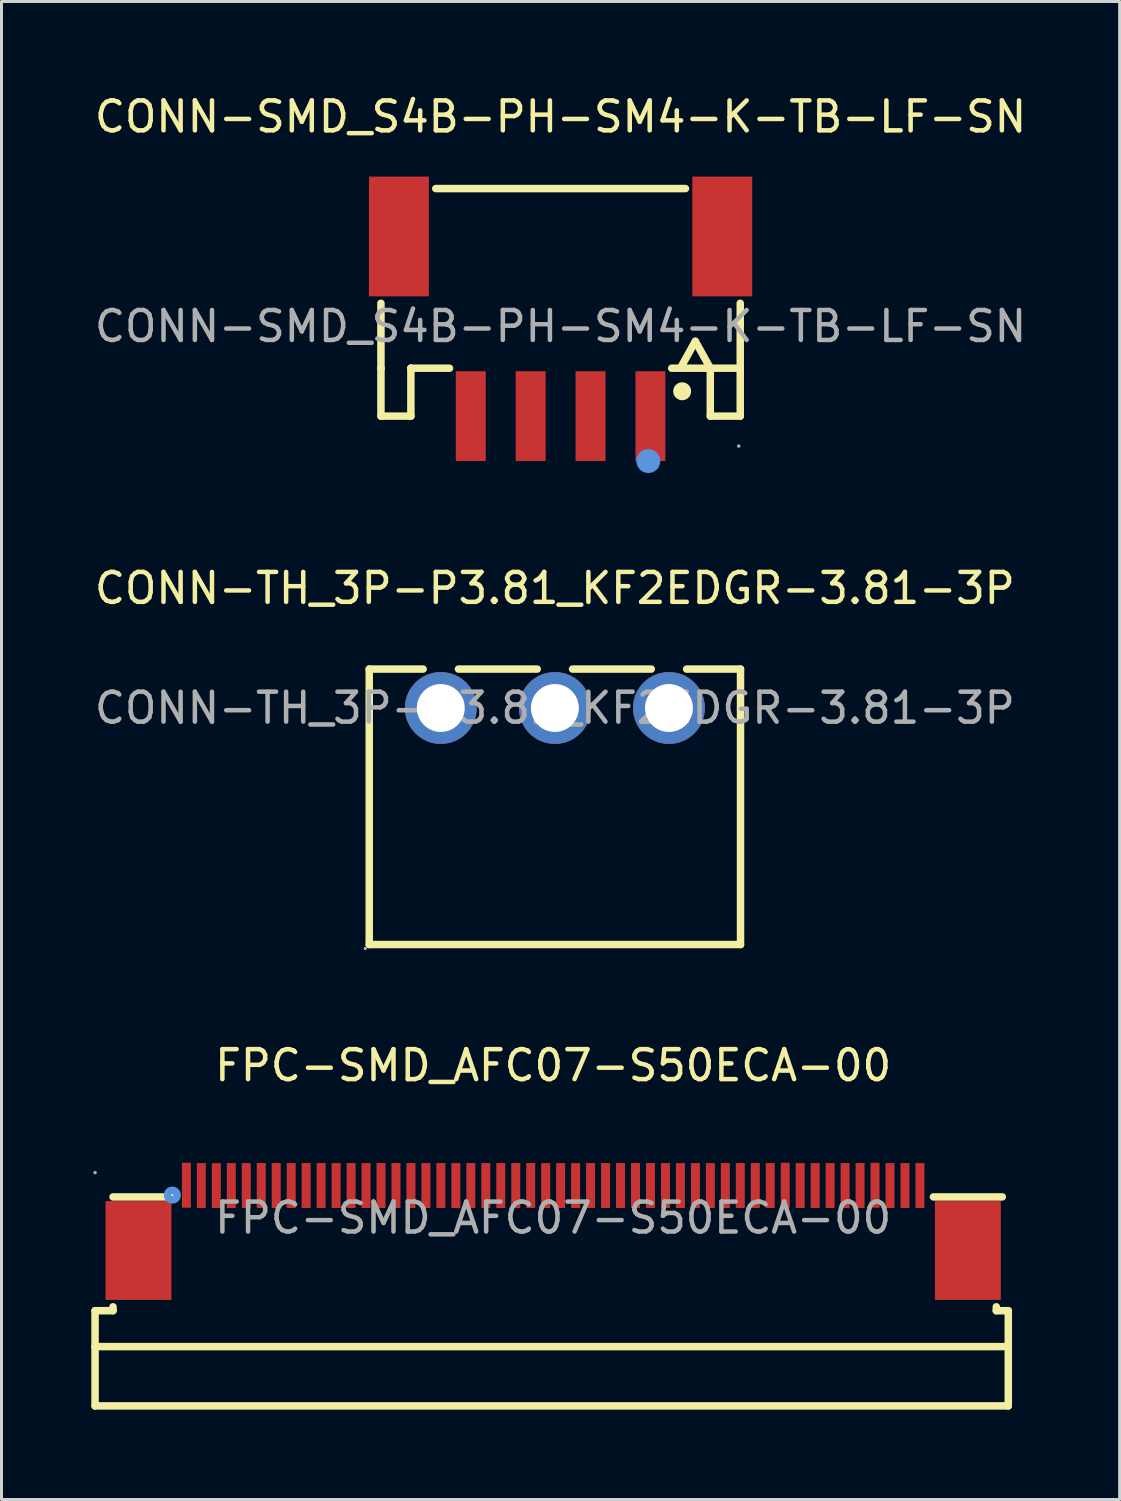
<source format=kicad_pcb>
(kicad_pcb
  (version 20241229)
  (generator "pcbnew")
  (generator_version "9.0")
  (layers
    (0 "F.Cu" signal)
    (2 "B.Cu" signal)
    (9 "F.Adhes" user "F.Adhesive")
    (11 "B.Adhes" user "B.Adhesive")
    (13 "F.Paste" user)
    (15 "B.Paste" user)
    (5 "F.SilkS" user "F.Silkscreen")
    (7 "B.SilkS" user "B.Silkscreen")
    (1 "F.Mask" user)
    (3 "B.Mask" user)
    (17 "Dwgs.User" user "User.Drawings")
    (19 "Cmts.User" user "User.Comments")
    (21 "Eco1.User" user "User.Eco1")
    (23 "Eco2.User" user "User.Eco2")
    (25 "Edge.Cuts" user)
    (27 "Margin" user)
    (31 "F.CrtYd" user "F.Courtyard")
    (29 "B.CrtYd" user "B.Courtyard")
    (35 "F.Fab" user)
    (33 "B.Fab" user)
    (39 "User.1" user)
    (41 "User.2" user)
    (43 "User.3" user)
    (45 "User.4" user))
  (footprint "CONN-TH_3P-P3.81_KF2EDGR-3.81-3P"
    (layer "F.Cu")
    (at 15.482 20.596)
    (property "Reference" "CONN-TH_3P-P3.81_KF2EDGR-3.81-3P" (at 0 -4 0) (layer "F.SilkS") (effects (font (size 1 1) (thickness 0.15))))
    (attr through_hole)
    (fp_line (start -6.2 -1.3) (end -6.2 7.9) (stroke (width 0.25) (type solid)) (layer "F.SilkS"))
    (fp_line (start -6.2 -1.3) (end -4.4 -1.3) (stroke (width 0.25) (type solid)) (layer "F.SilkS"))
    (fp_line (start -6.2 7.9) (end 6.2 7.9) (stroke (width 0.25) (type solid)) (layer "F.SilkS"))
    (fp_line (start -3.22 -1.3) (end -0.59 -1.3) (stroke (width 0.25) (type solid)) (layer "F.SilkS"))
    (fp_line (start 0.59 -1.3) (end 3.22 -1.3) (stroke (width 0.25) (type solid)) (layer "F.SilkS"))
    (fp_line (start 4.4 -1.3) (end 6.2 -1.3) (stroke (width 0.25) (type solid)) (layer "F.SilkS"))
    (fp_line (start 6.2 -1.3) (end 6.2 7.9) (stroke (width 0.25) (type solid)) (layer "F.SilkS"))
    (fp_circle (center -6.33 8.03) (end -6.3 8.03) (stroke (width 0.06) (type solid)) (fill no) (layer "F.Fab"))
    (fp_circle (center -3.81 0) (end -3.46 0) (stroke (width 0.7) (type solid)) (fill no) (layer "F.Fab"))
    (fp_circle (center 0 0) (end 0.35 0) (stroke (width 0.7) (type solid)) (fill no) (layer "F.Fab"))
    (fp_circle (center 3.81 0) (end 4.16 0) (stroke (width 0.7) (type solid)) (fill no) (layer "F.Fab"))
    (fp_text user "${REFERENCE}" (at 0 0 0) (layer "F.Fab") (effects (font (size 1 1) (thickness 0.15))))
    (pad "1" thru_hole circle (at -3.81 0) (size 2.4 2.4) (drill 1.6) (layers "*.Cu" "*.Paste" "*.Mask"))
    (pad "2" thru_hole circle (at 0 0) (size 2.4 2.4) (drill 1.6) (layers "*.Cu" "*.Paste" "*.Mask"))
    (pad "3" thru_hole circle (at 3.81 0) (size 2.4 2.4) (drill 1.6) (layers "*.Cu" "*.Paste" "*.Mask")))
  (footprint "FPC-SMD_AFC07-S50ECA-00"
    (layer "F.Cu")
    (at 15.425 37.625)
    (property "Reference" "FPC-SMD_AFC07-S50ECA-00" (at 0 -5.09 0) (layer "F.SilkS") (effects (font (size 1 1) (thickness 0.15))))
    (attr through_hole)
    (fp_line (start -15.3 3.1) (end -15.3 4.3) (stroke (width 0.25) (type solid)) (layer "F.SilkS"))
    (fp_line (start -15.3 4.3) (end -15.3 6.28) (stroke (width 0.25) (type solid)) (layer "F.SilkS"))
    (fp_line (start -15.3 4.3) (end 15.2 4.3) (stroke (width 0.25) (type solid)) (layer "F.SilkS"))
    (fp_line (start -15.3 6.28) (end 15.2 6.28) (stroke (width 0.25) (type solid)) (layer "F.SilkS"))
    (fp_line (start -14.7 -0.7) (end -12.63 -0.7) (stroke (width 0.25) (type solid)) (layer "F.SilkS"))
    (fp_line (start -14.7 2.97) (end -14.7 3.1) (stroke (width 0.25) (type solid)) (layer "F.SilkS"))
    (fp_line (start -14.7 3.1) (end -15.3 3.1) (stroke (width 0.25) (type solid)) (layer "F.SilkS"))
    (fp_line (start 12.7 -0.7) (end 15 -0.7) (stroke (width 0.25) (type solid)) (layer "F.SilkS"))
    (fp_line (start 14.8 2.97) (end 14.8 3.1) (stroke (width 0.25) (type solid)) (layer "F.SilkS"))
    (fp_line (start 14.8 3.1) (end 15.2 3.1) (stroke (width 0.25) (type solid)) (layer "F.SilkS"))
    (fp_line (start 15.2 3.1) (end 15.2 4.3) (stroke (width 0.25) (type solid)) (layer "F.SilkS"))
    (fp_line (start 15.2 4.3) (end 15.2 6.28) (stroke (width 0.25) (type solid)) (layer "F.SilkS"))
    (fp_circle (center -12.72 -0.76) (end -12.56 -0.76) (stroke (width 0.25) (type solid)) (fill no) (layer "Cmts.User"))
    (fp_circle (center -15.3 -1.51) (end -15.27 -1.51) (stroke (width 0.06) (type solid)) (fill no) (layer "F.Fab"))
    (fp_text user "${REFERENCE}" (at 0 0 0) (layer "F.Fab") (effects (font (size 1 1) (thickness 0.15))))
    (pad "1" smd rect (at -12.25 -1.09) (size 0.3 1.5) (layers "F.Cu" "F.Mask" "F.Paste"))
    (pad "2" smd rect (at -11.75 -1.08) (size 0.3 1.5) (layers "F.Cu" "F.Mask" "F.Paste"))
    (pad "3" smd rect (at -11.25 -1.08) (size 0.3 1.5) (layers "F.Cu" "F.Mask" "F.Paste"))
    (pad "4" smd rect (at -10.75 -1.08) (size 0.3 1.5) (layers "F.Cu" "F.Mask" "F.Paste"))
    (pad "5" smd rect (at -10.25 -1.08) (size 0.3 1.5) (layers "F.Cu" "F.Mask" "F.Paste"))
    (pad "6" smd rect (at -9.75 -1.08) (size 0.3 1.5) (layers "F.Cu" "F.Mask" "F.Paste"))
    (pad "7" smd rect (at -9.25 -1.08) (size 0.3 1.5) (layers "F.Cu" "F.Mask" "F.Paste"))
    (pad "8" smd rect (at -8.75 -1.08) (size 0.3 1.5) (layers "F.Cu" "F.Mask" "F.Paste"))
    (pad "9" smd rect (at -8.25 -1.08) (size 0.3 1.5) (layers "F.Cu" "F.Mask" "F.Paste"))
    (pad "10" smd rect (at -7.75 -1.08) (size 0.3 1.5) (layers "F.Cu" "F.Mask" "F.Paste"))
    (pad "11" smd rect (at -7.25 -1.08) (size 0.3 1.5) (layers "F.Cu" "F.Mask" "F.Paste"))
    (pad "12" smd rect (at -6.75 -1.08) (size 0.3 1.5) (layers "F.Cu" "F.Mask" "F.Paste"))
    (pad "13" smd rect (at -6.25 -1.08) (size 0.3 1.5) (layers "F.Cu" "F.Mask" "F.Paste"))
    (pad "14" smd rect (at -5.75 -1.08) (size 0.3 1.5) (layers "F.Cu" "F.Mask" "F.Paste"))
    (pad "15" smd rect (at -5.25 -1.08) (size 0.3 1.5) (layers "F.Cu" "F.Mask" "F.Paste"))
    (pad "16" smd rect (at -4.75 -1.08) (size 0.3 1.5) (layers "F.Cu" "F.Mask" "F.Paste"))
    (pad "17" smd rect (at -4.25 -1.08) (size 0.3 1.5) (layers "F.Cu" "F.Mask" "F.Paste"))
    (pad "18" smd rect (at -3.75 -1.08) (size 0.3 1.5) (layers "F.Cu" "F.Mask" "F.Paste"))
    (pad "19" smd rect (at -3.25 -1.08) (size 0.3 1.5) (layers "F.Cu" "F.Mask" "F.Paste"))
    (pad "20" smd rect (at -2.75 -1.08) (size 0.3 1.5) (layers "F.Cu" "F.Mask" "F.Paste"))
    (pad "21" smd rect (at -2.25 -1.08) (size 0.3 1.5) (layers "F.Cu" "F.Mask" "F.Paste"))
    (pad "22" smd rect (at -1.75 -1.08) (size 0.3 1.5) (layers "F.Cu" "F.Mask" "F.Paste"))
    (pad "23" smd rect (at -1.25 -1.08) (size 0.3 1.5) (layers "F.Cu" "F.Mask" "F.Paste"))
    (pad "24" smd rect (at -0.75 -1.08) (size 0.3 1.5) (layers "F.Cu" "F.Mask" "F.Paste"))
    (pad "25" smd rect (at -0.25 -1.08) (size 0.3 1.5) (layers "F.Cu" "F.Mask" "F.Paste"))
    (pad "26" smd rect (at 0.25 -1.08) (size 0.3 1.5) (layers "F.Cu" "F.Mask" "F.Paste"))
    (pad "27" smd rect (at 0.75 -1.08) (size 0.3 1.5) (layers "F.Cu" "F.Mask" "F.Paste"))
    (pad "28" smd rect (at 1.25 -1.08) (size 0.3 1.5) (layers "F.Cu" "F.Mask" "F.Paste"))
    (pad "29" smd rect (at 1.75 -1.08) (size 0.3 1.5) (layers "F.Cu" "F.Mask" "F.Paste"))
    (pad "30" smd rect (at 2.25 -1.08) (size 0.3 1.5) (layers "F.Cu" "F.Mask" "F.Paste"))
    (pad "31" smd rect (at 2.75 -1.08) (size 0.3 1.5) (layers "F.Cu" "F.Mask" "F.Paste"))
    (pad "32" smd rect (at 3.25 -1.08) (size 0.3 1.5) (layers "F.Cu" "F.Mask" "F.Paste"))
    (pad "33" smd rect (at 3.75 -1.08) (size 0.3 1.5) (layers "F.Cu" "F.Mask" "F.Paste"))
    (pad "34" smd rect (at 4.25 -1.08) (size 0.3 1.5) (layers "F.Cu" "F.Mask" "F.Paste"))
    (pad "35" smd rect (at 4.75 -1.08) (size 0.3 1.5) (layers "F.Cu" "F.Mask" "F.Paste"))
    (pad "36" smd rect (at 5.25 -1.08) (size 0.3 1.5) (layers "F.Cu" "F.Mask" "F.Paste"))
    (pad "37" smd rect (at 5.75 -1.08) (size 0.3 1.5) (layers "F.Cu" "F.Mask" "F.Paste"))
    (pad "38" smd rect (at 6.25 -1.08) (size 0.3 1.5) (layers "F.Cu" "F.Mask" "F.Paste"))
    (pad "39" smd rect (at 6.75 -1.08) (size 0.3 1.5) (layers "F.Cu" "F.Mask" "F.Paste"))
    (pad "40" smd rect (at 7.25 -1.08) (size 0.3 1.5) (layers "F.Cu" "F.Mask" "F.Paste"))
    (pad "41" smd rect (at 7.75 -1.09) (size 0.3 1.5) (layers "F.Cu" "F.Mask" "F.Paste"))
    (pad "42" smd rect (at 8.25 -1.08) (size 0.3 1.5) (layers "F.Cu" "F.Mask" "F.Paste"))
    (pad "43" smd rect (at 8.75 -1.08) (size 0.3 1.5) (layers "F.Cu" "F.Mask" "F.Paste"))
    (pad "44" smd rect (at 9.25 -1.08) (size 0.3 1.5) (layers "F.Cu" "F.Mask" "F.Paste"))
    (pad "45" smd rect (at 9.75 -1.08) (size 0.3 1.5) (layers "F.Cu" "F.Mask" "F.Paste"))
    (pad "46" smd rect (at 10.25 -1.08) (size 0.3 1.5) (layers "F.Cu" "F.Mask" "F.Paste"))
    (pad "47" smd rect (at 10.75 -1.09) (size 0.3 1.5) (layers "F.Cu" "F.Mask" "F.Paste"))
    (pad "48" smd rect (at 11.25 -1.08) (size 0.3 1.5) (layers "F.Cu" "F.Mask" "F.Paste"))
    (pad "49" smd rect (at 11.75 -1.08) (size 0.3 1.5) (layers "F.Cu" "F.Mask" "F.Paste"))
    (pad "50" smd rect (at 12.25 -1.08) (size 0.3 1.5) (layers "F.Cu" "F.Mask" "F.Paste"))
    (pad "51" smd rect (at 13.85 1.09 180) (size 2.2 3.3) (layers "F.Cu" "F.Mask" "F.Paste"))
    (pad "52" smd rect (at -13.85 1.09) (size 2.2 3.3) (layers "F.Cu" "F.Mask" "F.Paste")))
  (footprint "CONN-SMD_S4B-PH-SM4-K-TB-LF-SN"
    (layer "F.Cu")
    (at 15.673 7.848)
    (property "Reference" "CONN-SMD_S4B-PH-SM4-K-TB-LF-SN" (at 0 -7 0) (layer "F.SilkS") (effects (font (size 1 1) (thickness 0.15))))
    (attr through_hole)
    (fp_line (start -6 1.4) (end -6 -0.77) (stroke (width 0.25) (type solid)) (layer "F.SilkS"))
    (fp_line (start -6 1.4) (end -6 1.4) (stroke (width 0.25) (type solid)) (layer "F.SilkS"))
    (fp_line (start -6 3) (end -6 1.4) (stroke (width 0.25) (type solid)) (layer "F.SilkS"))
    (fp_line (start -5 1.4) (end -5 1.4) (stroke (width 0.25) (type solid)) (layer "F.SilkS"))
    (fp_line (start -5 1.4) (end -5 3) (stroke (width 0.25) (type solid)) (layer "F.SilkS"))
    (fp_line (start -5 3) (end -6 3) (stroke (width 0.25) (type solid)) (layer "F.SilkS"))
    (fp_line (start -4.17 -4.6) (end 4.17 -4.6) (stroke (width 0.25) (type solid)) (layer "F.SilkS"))
    (fp_line (start -3.71 1.4) (end -5 1.4) (stroke (width 0.25) (type solid)) (layer "F.SilkS"))
    (fp_line (start 4 1.4) (end 4.5 0.5) (stroke (width 0.25) (type solid)) (layer "F.SilkS"))
    (fp_line (start 4.5 0.5) (end 5 1.4) (stroke (width 0.25) (type solid)) (layer "F.SilkS"))
    (fp_line (start 5 3) (end 5 1.4) (stroke (width 0.25) (type solid)) (layer "F.SilkS"))
    (fp_line (start 6 1.4) (end 3.71 1.4) (stroke (width 0.25) (type solid)) (layer "F.SilkS"))
    (fp_line (start 6 1.4) (end 6 -0.77) (stroke (width 0.25) (type solid)) (layer "F.SilkS"))
    (fp_line (start 6 1.4) (end 6 1.4) (stroke (width 0.25) (type solid)) (layer "F.SilkS"))
    (fp_line (start 6 1.4) (end 6 3) (stroke (width 0.25) (type solid)) (layer "F.SilkS"))
    (fp_line (start 6 3) (end 5 3) (stroke (width 0.25) (type solid)) (layer "F.SilkS"))
    (fp_circle (center 4.06 2.17) (end 4.21 2.17) (stroke (width 0.3) (type solid)) (fill no) (layer "F.SilkS"))
    (fp_circle (center 2.93 4.5) (end 3.13 4.5) (stroke (width 0.4) (type solid)) (fill no) (layer "Cmts.User"))
    (fp_circle (center 5.95 4) (end 5.98 4) (stroke (width 0.06) (type solid)) (fill no) (layer "F.Fab"))
    (fp_text user "${REFERENCE}" (at 0 0 0) (layer "F.Fab") (effects (font (size 1 1) (thickness 0.15))))
    (pad "1" smd rect (at 3 3 90) (size 3 1) (layers "F.Cu" "F.Mask" "F.Paste"))
    (pad "2" smd rect (at 1 3 90) (size 3 1) (layers "F.Cu" "F.Mask" "F.Paste"))
    (pad "3" smd rect (at -1 3 90) (size 3 1) (layers "F.Cu" "F.Mask" "F.Paste"))
    (pad "4" smd rect (at -3 3 90) (size 3 1) (layers "F.Cu" "F.Mask" "F.Paste"))
    (pad "5" smd rect (at -5.4 -3 90) (size 4 2) (layers "F.Cu" "F.Mask" "F.Paste"))
    (pad "6" smd rect (at 5.4 -3 90) (size 4 2) (layers "F.Cu" "F.Mask" "F.Paste")))
  (gr_rect
    (start -3 -3)
    (end 34.345 47.03)
    (stroke (width 0.1) (type default))
    (fill no)
    (layer "Edge.Cuts")))
</source>
